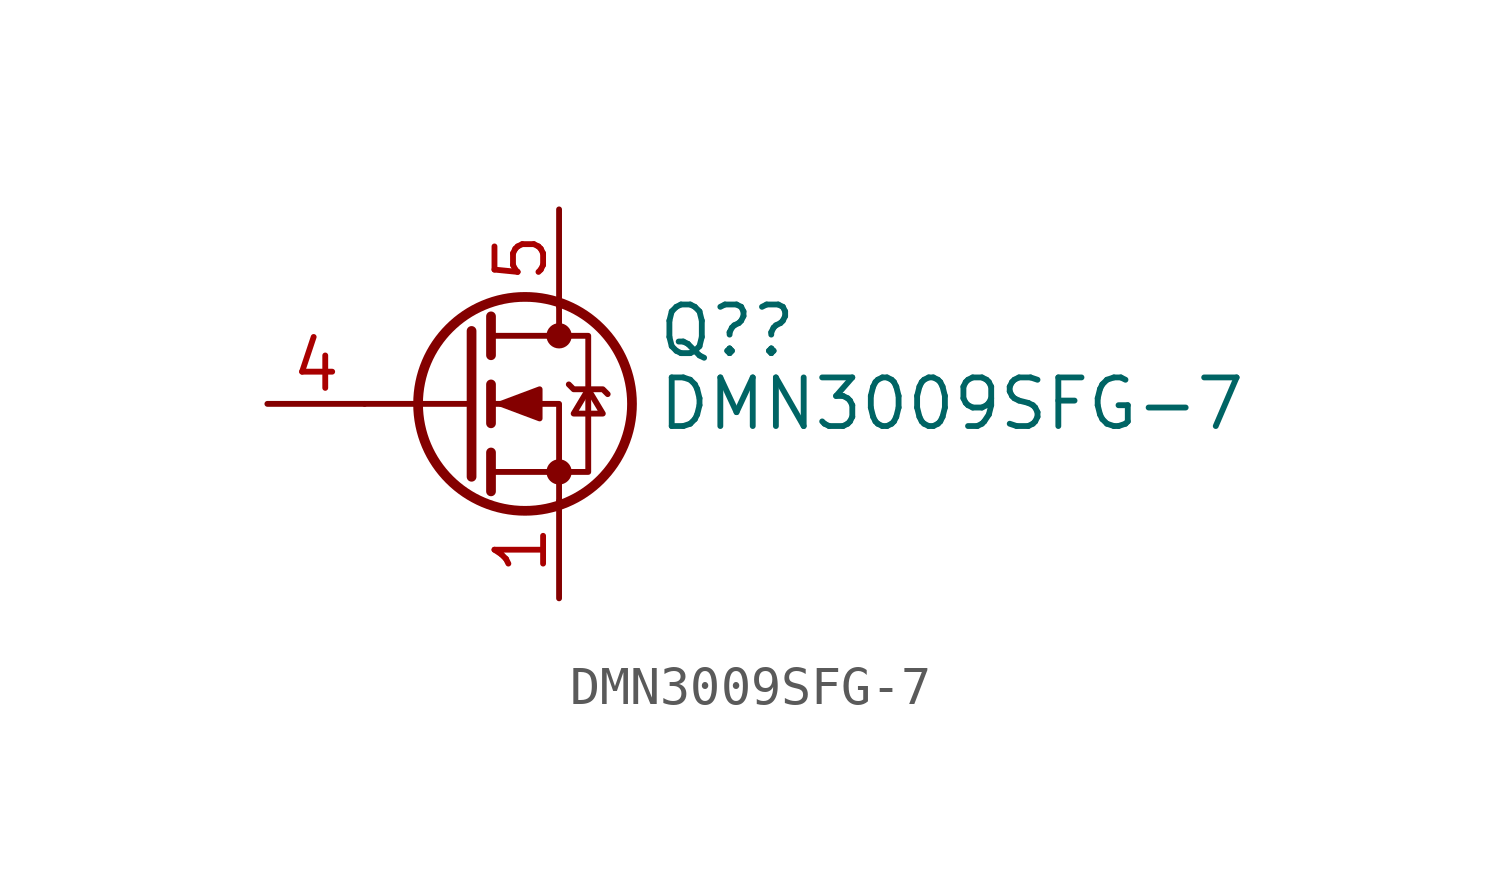
<source format=kicad_sym>
(kicad_symbol_lib
  (version 20241209)
  (generator "kicad_symbol_editor")
  (generator_version "9.0")
  (symbol "DMN3009SFG-7"
    (pin_names
      (hide yes))
    (property "Reference" "Q?"
      (at 5.08 1.905 0)
      (effects (font (size 1.27 1.27)) (justify left)))
    (property "Value" "DMN3009SFG-7"
      (at 5.08 0 0)
      (effects (font (size 1.27 1.27)) (justify left)))
    (symbol "DMN3009SFG-7_0_1"
      (polyline (pts (xy -2.54 0) (xy 0.254 0)) (stroke (width 0) (type default)) (fill (type none)))
      (polyline (pts (xy 0.254 1.905) (xy 0.254 -1.905)) (stroke (width 0.254) (type default)) (fill (type none)))
      (polyline (pts (xy 0.762 2.286) (xy 0.762 1.27)) (stroke (width 0.254) (type default)) (fill (type none)))
      (polyline (pts (xy 0.762 0.508) (xy 0.762 -0.508)) (stroke (width 0.254) (type default)) (fill (type none)))
      (polyline (pts (xy 0.762 -1.27) (xy 0.762 -2.286)) (stroke (width 0.254) (type default)) (fill (type none)))
      (polyline (pts (xy 0.762 -1.778) (xy 3.302 -1.778) (xy 3.302 1.778) (xy 0.762 1.778)) (stroke (width 0) (type default)) (fill (type none)))
      (polyline (pts (xy 1.016 0) (xy 2.032 0.381) (xy 2.032 -0.381) (xy 1.016 0)) (stroke (width 0) (type default)) (fill (type outline)))
      (circle (center 1.651 0) (radius 2.794) (stroke (width 0.254) (type default)) (fill (type none)))
      (polyline (pts (xy 2.54 2.54) (xy 2.54 1.778)) (stroke (width 0) (type default)) (fill (type none)))
      (circle (center 2.54 1.778) (radius 0.254) (stroke (width 0) (type default)) (fill (type outline)))
      (circle (center 2.54 -1.778) (radius 0.254) (stroke (width 0) (type default)) (fill (type outline)))
      (polyline (pts (xy 2.54 -2.54) (xy 2.54 0) (xy 0.762 0)) (stroke (width 0) (type default)) (fill (type none)))
      (polyline (pts (xy 2.794 0.508) (xy 2.921 0.381) (xy 3.683 0.381) (xy 3.81 0.254)) (stroke (width 0) (type default)) (fill (type none)))
      (polyline (pts (xy 3.302 0.381) (xy 2.921 -0.254) (xy 3.683 -0.254) (xy 3.302 0.381)) (stroke (width 0) (type default)) (fill (type none))))
    (symbol "DMN3009SFG-7_1_1"
      (pin passive line (at -5.08 0 0) (length 2.54) (name "G" (effects (font (size 1.27 1.27)))) (number "4" (effects (font (size 1.27 1.27)))))
      (pin passive line (at 2.54 5.08 270) (length 2.54) (name "D" (effects (font (size 1.27 1.27)))) (number "5" (effects (font (size 1.27 1.27)))))
      (pin passive line (at 2.54 -5.08 90) (length 2.54) (name "S" (effects (font (size 1.27 1.27)))) (number "1" (effects (font (size 1.27 1.27)))))
      (pin passive line (at 2.54 -5.08 90) (length 2.54) (hide yes) (name "S" (effects (font (size 1.27 1.27)))) (number "2" (effects (font (size 1.27 1.27)))))
      (pin passive line (at 2.54 -5.08 90) (length 2.54) (hide yes) (name "S" (effects (font (size 1.27 1.27)))) (number "3" (effects (font (size 1.27 1.27))))))))
</source>
